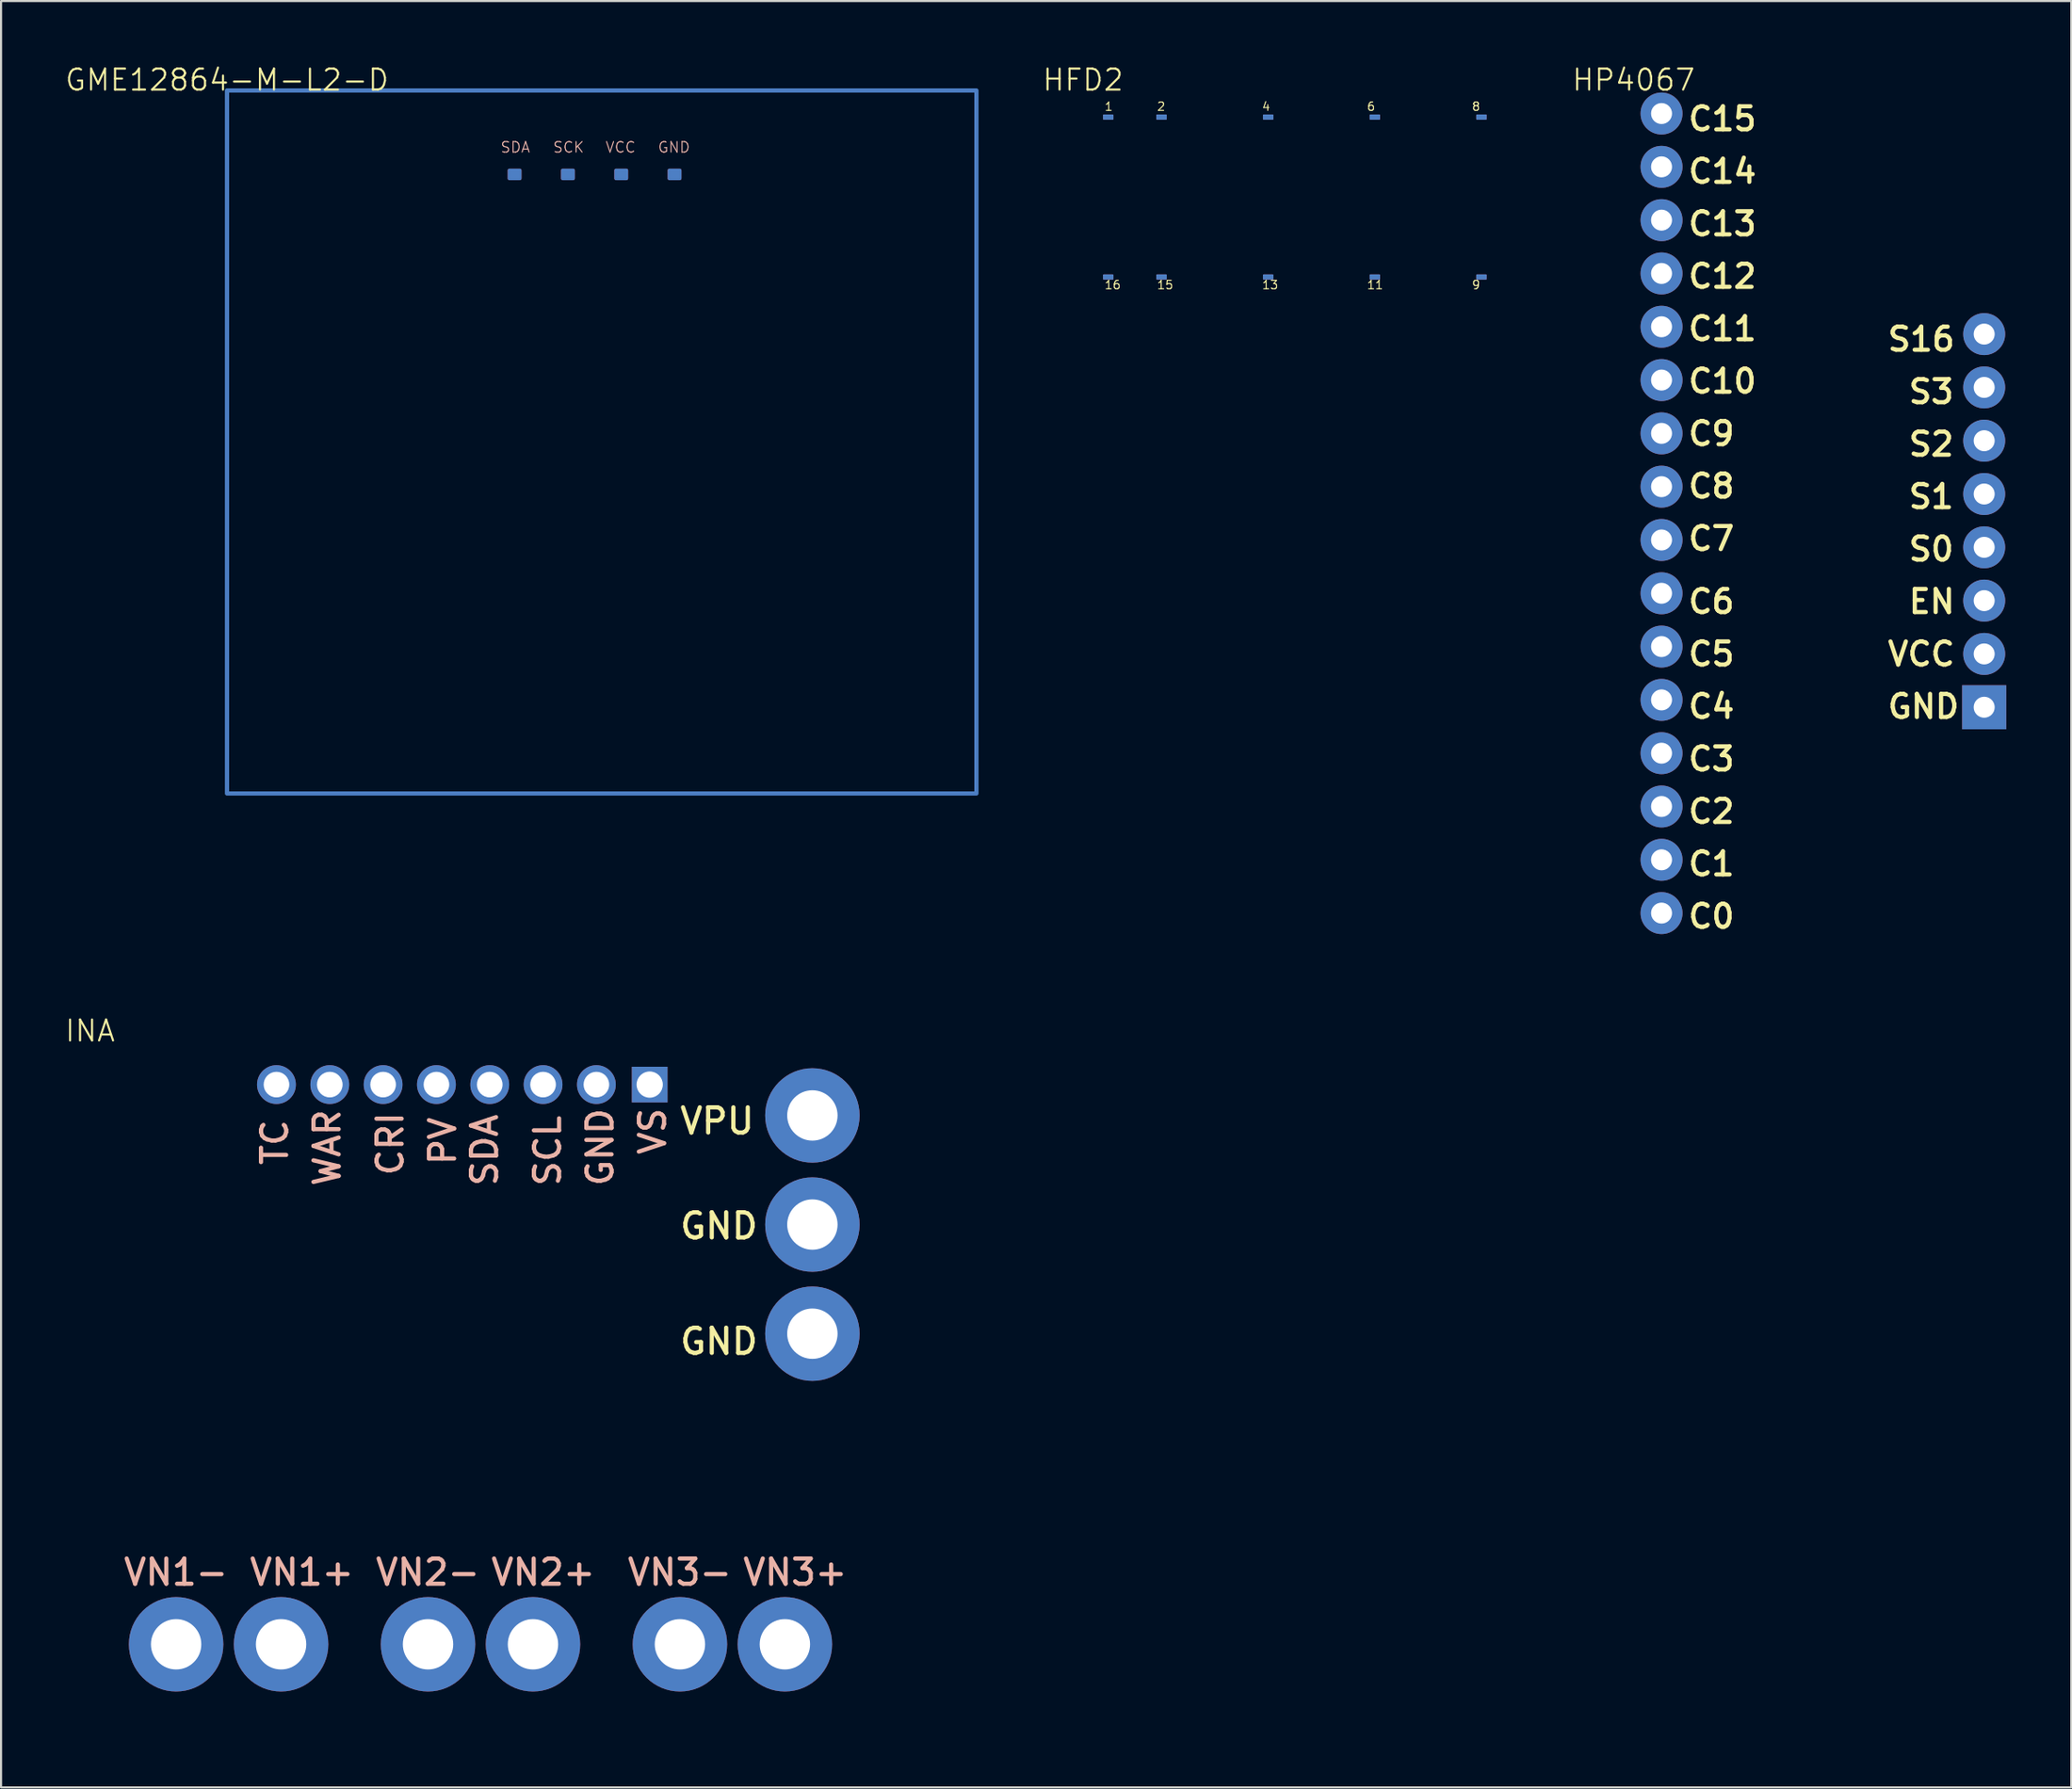
<source format=kicad_pcb>
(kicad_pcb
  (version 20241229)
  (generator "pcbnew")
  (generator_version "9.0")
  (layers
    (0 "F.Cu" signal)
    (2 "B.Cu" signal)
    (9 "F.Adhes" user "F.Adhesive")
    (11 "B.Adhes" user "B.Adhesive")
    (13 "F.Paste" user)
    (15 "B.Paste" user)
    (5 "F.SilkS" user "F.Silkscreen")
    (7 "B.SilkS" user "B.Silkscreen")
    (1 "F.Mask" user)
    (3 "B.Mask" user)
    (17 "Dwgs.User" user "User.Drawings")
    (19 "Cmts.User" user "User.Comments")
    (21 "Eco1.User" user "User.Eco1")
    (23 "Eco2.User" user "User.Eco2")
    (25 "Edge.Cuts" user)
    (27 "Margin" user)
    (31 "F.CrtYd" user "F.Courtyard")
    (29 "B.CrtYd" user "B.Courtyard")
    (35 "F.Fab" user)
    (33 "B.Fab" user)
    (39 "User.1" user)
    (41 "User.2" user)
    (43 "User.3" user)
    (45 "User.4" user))
  (footprint "HP4067"
    (layer "F.Cu")
    (at 74.771 1.26)
    (property "Reference" "HP4067" (at 0 -0.5 0) (unlocked yes) (layer "F.SilkS") (effects (font (size 1 1) (thickness 0.1))))
    (attr smd)
    (fp_rect (start 0 0) (end 17.8 41) (stroke (width 0.1) (type solid)) (fill no) (layer "Margin"))
    (fp_text user "C14" (at 2.5 4.5 0) (unlocked yes) (layer "F.SilkS") (effects (font (size 1.1 1.1) (thickness 0.2) (bold yes)) (justify left bottom)))
    (fp_text user "C10" (at 2.5 14.5 0) (unlocked yes) (layer "F.SilkS") (effects (font (size 1.1 1.1) (thickness 0.2) (bold yes)) (justify left bottom)))
    (fp_text user "S3" (at 13 15 0) (unlocked yes) (layer "F.SilkS") (effects (font (size 1.1 1.1) (thickness 0.2) (bold yes)) (justify left bottom)))
    (fp_text user "C0" (at 2.5 40 0) (unlocked yes) (layer "F.SilkS") (effects (font (size 1.1 1.1) (thickness 0.2) (bold yes)) (justify left bottom)))
    (fp_text user "S16" (at 12 12.5 0) (unlocked yes) (layer "F.SilkS") (effects (font (size 1.1 1.1) (thickness 0.2) (bold yes)) (justify left bottom)))
    (fp_text user "C15" (at 2.5 2 0) (unlocked yes) (layer "F.SilkS") (effects (font (size 1.1 1.1) (thickness 0.2) (bold yes)) (justify left bottom)))
    (fp_text user "C12" (at 2.5 9.5 0) (unlocked yes) (layer "F.SilkS") (effects (font (size 1.1 1.1) (thickness 0.2) (bold yes)) (justify left bottom)))
    (fp_text user "C11" (at 2.5 12 0) (unlocked yes) (layer "F.SilkS") (effects (font (size 1.1 1.1) (thickness 0.2) (bold yes)) (justify left bottom)))
    (fp_text user "C3" (at 2.5 32.5 0) (unlocked yes) (layer "F.SilkS") (effects (font (size 1.1 1.1) (thickness 0.2) (bold yes)) (justify left bottom)))
    (fp_text user "C5" (at 2.5 27.5 0) (unlocked yes) (layer "F.SilkS") (effects (font (size 1.1 1.1) (thickness 0.2) (bold yes)) (justify left bottom)))
    (fp_text user "C2" (at 2.5 35 0) (unlocked yes) (layer "F.SilkS") (effects (font (size 1.1 1.1) (thickness 0.2) (bold yes)) (justify left bottom)))
    (fp_text user "VCC" (at 12 27.5 0) (unlocked yes) (layer "F.SilkS") (effects (font (size 1.1 1.1) (thickness 0.2) (bold yes)) (justify left bottom)))
    (fp_text user "S2" (at 13 17.5 0) (unlocked yes) (layer "F.SilkS") (effects (font (size 1.1 1.1) (thickness 0.2) (bold yes)) (justify left bottom)))
    (fp_text user "GND" (at 12 30 0) (unlocked yes) (layer "F.SilkS") (effects (font (size 1.1 1.1) (thickness 0.2) (bold yes)) (justify left bottom)))
    (fp_text user "C7" (at 2.5 22 0) (unlocked yes) (layer "F.SilkS") (effects (font (size 1.1 1.1) (thickness 0.2) (bold yes)) (justify left bottom)))
    (fp_text user "C6" (at 2.5 25 0) (unlocked yes) (layer "F.SilkS") (effects (font (size 1.1 1.1) (thickness 0.2) (bold yes)) (justify left bottom)))
    (fp_text user "C4" (at 2.5 30 0) (unlocked yes) (layer "F.SilkS") (effects (font (size 1.1 1.1) (thickness 0.2) (bold yes)) (justify left bottom)))
    (fp_text user "C8" (at 2.5 19.5 0) (unlocked yes) (layer "F.SilkS") (effects (font (size 1.1 1.1) (thickness 0.2) (bold yes)) (justify left bottom)))
    (fp_text user "C1" (at 2.5 37.5 0) (unlocked yes) (layer "F.SilkS") (effects (font (size 1.1 1.1) (thickness 0.2) (bold yes)) (justify left bottom)))
    (fp_text user "C13" (at 2.5 7 0) (unlocked yes) (layer "F.SilkS") (effects (font (size 1.1 1.1) (thickness 0.2) (bold yes)) (justify left bottom)))
    (fp_text user "C9" (at 2.5 17 0) (unlocked yes) (layer "F.SilkS") (effects (font (size 1.1 1.1) (thickness 0.2) (bold yes)) (justify left bottom)))
    (fp_text user "EN" (at 13 25 0) (unlocked yes) (layer "F.SilkS") (effects (font (size 1.1 1.1) (thickness 0.2) (bold yes)) (justify left bottom)))
    (fp_text user "S0" (at 13 22.5 0) (unlocked yes) (layer "F.SilkS") (effects (font (size 1.1 1.1) (thickness 0.2) (bold yes)) (justify left bottom)))
    (fp_text user "S1" (at 13 20 0) (unlocked yes) (layer "F.SilkS") (effects (font (size 1.1 1.1) (thickness 0.2) (bold yes)) (justify left bottom)))
    (pad "1" thru_hole circle (at 1.33 1.1) (size 2 2) (drill 1) (layers "*.Cu" "*.Mask"))
    (pad "2" thru_hole circle (at 1.33 3.64) (size 2 2) (drill 1) (layers "*.Cu" "*.Mask"))
    (pad "3" thru_hole circle (at 1.33 6.18) (size 2 2) (drill 1) (layers "*.Cu" "*.Mask"))
    (pad "4" thru_hole circle (at 1.33 8.72) (size 2 2) (drill 1) (layers "*.Cu" "*.Mask"))
    (pad "5" thru_hole circle (at 1.33 11.26) (size 2 2) (drill 1) (layers "*.Cu" "*.Mask"))
    (pad "6" thru_hole circle (at 1.33 13.8) (size 2 2) (drill 1) (layers "*.Cu" "*.Mask"))
    (pad "7" thru_hole circle (at 1.33 16.34) (size 2 2) (drill 1) (layers "*.Cu" "*.Mask"))
    (pad "8" thru_hole circle (at 1.33 18.88) (size 2 2) (drill 1) (layers "*.Cu" "*.Mask"))
    (pad "9" thru_hole circle (at 1.33 21.42) (size 2 2) (drill 1) (layers "*.Cu" "*.Mask"))
    (pad "10" thru_hole circle (at 1.33 23.96) (size 2 2) (drill 1) (layers "*.Cu" "*.Mask"))
    (pad "11" thru_hole circle (at 1.33 26.5) (size 2 2) (drill 1) (layers "*.Cu" "*.Mask"))
    (pad "12" thru_hole circle (at 1.33 29.04) (size 2 2) (drill 1) (layers "*.Cu" "*.Mask"))
    (pad "13" thru_hole circle (at 1.33 31.58) (size 2 2) (drill 1) (layers "*.Cu" "*.Mask"))
    (pad "14" thru_hole circle (at 1.33 34.12) (size 2 2) (drill 1) (layers "*.Cu" "*.Mask"))
    (pad "15" thru_hole circle (at 1.33 36.66) (size 2 2) (drill 1) (layers "*.Cu" "*.Mask"))
    (pad "16" thru_hole circle (at 1.33 39.2) (size 2 2) (drill 1) (layers "*.Cu" "*.Mask"))
    (pad "17" thru_hole circle (at 16.7 11.61) (size 2 2) (drill 1) (layers "*.Cu" "*.Mask"))
    (pad "18" thru_hole circle (at 16.7 14.15) (size 2 2) (drill 1) (layers "*.Cu" "*.Mask"))
    (pad "19" thru_hole circle (at 16.7 16.69) (size 2 2) (drill 1) (layers "*.Cu" "*.Mask"))
    (pad "20" thru_hole circle (at 16.7 19.23) (size 2 2) (drill 1) (layers "*.Cu" "*.Mask"))
    (pad "21" thru_hole circle (at 16.7 21.77) (size 2 2) (drill 1) (layers "*.Cu" "*.Mask"))
    (pad "22" thru_hole circle (at 16.7 24.31) (size 2 2) (drill 1) (layers "*.Cu" "*.Mask"))
    (pad "23" thru_hole circle (at 16.7 26.85) (size 2 2) (drill 1) (layers "*.Cu" "*.Mask"))
    (pad "24" thru_hole rect (at 16.7 29.39) (size 2.1 2.1) (drill 1) (layers "*.Cu" "*.Mask")))
  (footprint "HFD2"
    (layer "F.Cu")
    (at 48.543 1.26)
    (property "Reference" "HFD2" (at 0 -0.5 0) (unlocked yes) (layer "F.SilkS") (effects (font (size 1 1) (thickness 0.1))))
    (attr smd)
    (fp_rect (start 0 0) (end 20.2 10.2) (stroke (width 0.1) (type solid)) (fill no) (layer "Margin"))
    (fp_text user "16" (at 1 9.5 0) (unlocked yes) (layer "F.SilkS") (effects (font (size 0.4 0.4) (thickness 0.05)) (justify left bottom)))
    (fp_text user "2" (at 3.5 1 0) (unlocked yes) (layer "F.SilkS") (effects (font (size 0.4 0.4) (thickness 0.05)) (justify left bottom)))
    (fp_text user "1" (at 1 1 0) (unlocked yes) (layer "F.SilkS") (effects (font (size 0.4 0.4) (thickness 0.05)) (justify left bottom)))
    (fp_text user "13" (at 8.5 9.5 0) (unlocked yes) (layer "F.SilkS") (effects (font (size 0.4 0.4) (thickness 0.05)) (justify left bottom)))
    (fp_text user "8" (at 18.5 1 0) (unlocked yes) (layer "F.SilkS") (effects (font (size 0.4 0.4) (thickness 0.05)) (justify left bottom)))
    (fp_text user "15" (at 3.5 9.5 0) (unlocked yes) (layer "F.SilkS") (effects (font (size 0.4 0.4) (thickness 0.05)) (justify left bottom)))
    (fp_text user "11" (at 13.5 9.5 0) (unlocked yes) (layer "F.SilkS") (effects (font (size 0.4 0.4) (thickness 0.05)) (justify left bottom)))
    (fp_text user "9" (at 18.5 9.5 0) (unlocked yes) (layer "F.SilkS") (effects (font (size 0.4 0.4) (thickness 0.05)) (justify left bottom)))
    (fp_text user "4" (at 8.5 1 0) (unlocked yes) (layer "F.SilkS") (effects (font (size 0.4 0.4) (thickness 0.05)) (justify left bottom)))
    (fp_text user "6" (at 13.5 1 0) (unlocked yes) (layer "F.SilkS") (effects (font (size 0.4 0.4) (thickness 0.05)) (justify left bottom)))
    (pad "1" thru_hole roundrect (at 1.2 1.27) (size 0.5 0.25) (drill 0.001) (layers "*.Cu" "*.Mask") (roundrect_rratio 0.15))
    (pad "2" thru_hole roundrect (at 3.74 1.27) (size 0.5 0.25) (drill 0.001) (layers "*.Cu" "*.Mask") (roundrect_rratio 0.15))
    (pad "3" thru_hole roundrect (at 8.82 1.27) (size 0.5 0.25) (drill 0.001) (layers "*.Cu" "*.Mask") (roundrect_rratio 0.15))
    (pad "4" thru_hole roundrect (at 13.9 1.27) (size 0.5 0.25) (drill 0.001) (layers "*.Cu" "*.Mask") (roundrect_rratio 0.15))
    (pad "5" thru_hole roundrect (at 18.98 1.27) (size 0.5 0.25) (drill 0.001) (layers "*.Cu" "*.Mask") (roundrect_rratio 0.15))
    (pad "6" thru_hole roundrect (at 1.2 8.89) (size 0.5 0.25) (drill 0.001) (layers "*.Cu" "*.Mask") (roundrect_rratio 0.15))
    (pad "7" thru_hole roundrect (at 3.74 8.89) (size 0.5 0.25) (drill 0.001) (layers "*.Cu" "*.Mask") (roundrect_rratio 0.15))
    (pad "8" thru_hole roundrect (at 8.82 8.89) (size 0.5 0.25) (drill 0.001) (layers "*.Cu" "*.Mask") (roundrect_rratio 0.15))
    (pad "9" thru_hole roundrect (at 13.9 8.89) (size 0.5 0.25) (drill 0.001) (layers "*.Cu" "*.Mask") (roundrect_rratio 0.15))
    (pad "10" thru_hole roundrect (at 18.98 8.89) (size 0.5 0.25) (drill 0.001) (layers "*.Cu" "*.Mask") (roundrect_rratio 0.15)))
  (footprint "GME12864-M-L2-D"
    (layer "F.Cu")
    (at 7.764 1.26)
    (property "Reference" "GME12864-M-L2-D" (at 0 -0.5 0) (unlocked yes) (layer "F.SilkS") (effects (font (size 1 1) (thickness 0.1))))
    (attr smd)
    (fp_rect (start 0 0) (end 35.7 33.5) (stroke (width 0.2) (type solid)) (fill no) (layer "B.Cu"))
    (fp_text user "GND" (at 20.5 3 0) (unlocked yes) (layer "B.SilkS") (effects (font (size 0.5 0.5) (thickness 0.05)) (justify left bottom)))
    (fp_text user "SDA" (at 13 3 0) (unlocked yes) (layer "B.SilkS") (effects (font (size 0.5 0.5) (thickness 0.05)) (justify left bottom)))
    (fp_text user "VCC" (at 18 3 0) (unlocked yes) (layer "B.SilkS") (effects (font (size 0.5 0.5) (thickness 0.05)) (justify left bottom)))
    (fp_text user "SCK" (at 15.5 3 0) (unlocked yes) (layer "B.SilkS") (effects (font (size 0.5 0.5) (thickness 0.05)) (justify left bottom)))
    (pad "1" thru_hole roundrect (at 13.7 4) (size 0.66 0.55) (drill 0.00001) (layers "*.Cu" "*.Mask") (roundrect_rratio 0.15))
    (pad "2" thru_hole roundrect (at 16.24 4) (size 0.66 0.55) (drill 0.00001) (layers "*.Cu" "*.Mask") (roundrect_rratio 0.15))
    (pad "3" thru_hole roundrect (at 18.78 4) (size 0.66 0.55) (drill 0.00001) (layers "*.Cu" "*.Mask") (roundrect_rratio 0.15))
    (pad "4" thru_hole roundrect (at 21.32 4) (size 0.66 0.55) (drill 0.00001) (layers "*.Cu" "*.Mask") (roundrect_rratio 0.15)))
  (footprint "INA"
    (layer "F.Cu")
    (at 1.24 46.571)
    (property "Reference" "INA" (at 0 -0.5 0) (unlocked yes) (layer "F.SilkS") (effects (font (size 1 1) (thickness 0.1))))
    (attr smd)
    (fp_rect (start 0 0) (end 38.5 32.5) (stroke (width 0.1) (type solid)) (fill no) (layer "Margin"))
    (fp_text user "GND" (at 28 15 0) (unlocked yes) (layer "F.SilkS") (effects (font (size 1.2 1.2) (thickness 0.2) (bold yes)) (justify left bottom)))
    (fp_text user "GND\n" (at 28 9.5 0) (unlocked yes) (layer "F.SilkS") (effects (font (size 1.2 1.2) (thickness 0.2) (bold yes)) (justify left bottom)))
    (fp_text user "VPU" (at 28 4.5 0) (unlocked yes) (layer "F.SilkS") (effects (font (size 1.2 1.2) (thickness 0.2) (bold yes)) (justify left bottom)))
    (fp_text user "SDA" (at 19.5 7 90) (unlocked yes) (layer "B.SilkS") (effects (font (size 1.2 1.2) (thickness 0.2) (bold yes)) (justify left bottom)))
    (fp_text user "GND" (at 25 7 90) (unlocked yes) (layer "B.SilkS") (effects (font (size 1.2 1.2) (thickness 0.2) (bold yes)) (justify left bottom)))
    (fp_text user "WAR" (at 12 7 90) (unlocked yes) (layer "B.SilkS") (effects (font (size 1.2 1.2) (thickness 0.2) (bold yes)) (justify left bottom)))
    (fp_text user "CRI" (at 15 6.5 90) (unlocked yes) (layer "B.SilkS") (effects (font (size 1.2 1.2) (thickness 0.2) (bold yes)) (justify left bottom)))
    (fp_text user "TC" (at 9.5 6 90) (unlocked yes) (layer "B.SilkS") (effects (font (size 1.2 1.2) (thickness 0.2) (bold yes)) (justify left bottom)))
    (fp_text user "VN2-" (at 13.5 26 0) (unlocked yes) (layer "B.SilkS") (effects (font (size 1.2 1.2) (thickness 0.2) (bold yes)) (justify left bottom)))
    (fp_text user "VN1-" (at 1.5 26 0) (unlocked yes) (layer "B.SilkS") (effects (font (size 1.2 1.2) (thickness 0.2) (bold yes)) (justify left bottom)))
    (fp_text user "VN1+" (at 7.5 26 0) (unlocked yes) (layer "B.SilkS") (effects (font (size 1.2 1.2) (thickness 0.2) (bold yes)) (justify left bottom)))
    (fp_text user "VN3-" (at 25.5 26 0) (unlocked yes) (layer "B.SilkS") (effects (font (size 1.2 1.2) (thickness 0.2) (bold yes)) (justify left bottom)))
    (fp_text user "VN3+" (at 31 26 0) (unlocked yes) (layer "B.SilkS") (effects (font (size 1.2 1.2) (thickness 0.2) (bold yes)) (justify left bottom)))
    (fp_text user "SCL" (at 22.5 7 90) (unlocked yes) (layer "B.SilkS") (effects (font (size 1.2 1.2) (thickness 0.2) (bold yes)) (justify left bottom)))
    (fp_text user "VN2+" (at 19 26 0) (unlocked yes) (layer "B.SilkS") (effects (font (size 1.2 1.2) (thickness 0.2) (bold yes)) (justify left bottom)))
    (fp_text user "VS" (at 27.5 5.5 90) (unlocked yes) (layer "B.SilkS") (effects (font (size 1.2 1.2) (thickness 0.2) (bold yes)) (justify left bottom)))
    (fp_text user "PV" (at 17.5 6 90) (unlocked yes) (layer "B.SilkS") (effects (font (size 1.2 1.2) (thickness 0.2) (bold yes)) (justify left bottom)))
    (pad "1" thru_hole circle (at 8.88 2.06) (size 1.85 1.85) (drill 1.22) (layers "*.Cu" "*.Mask"))
    (pad "2" thru_hole circle (at 11.42 2.06) (size 1.85 1.85) (drill 1.22) (layers "*.Cu" "*.Mask"))
    (pad "3" thru_hole circle (at 13.96 2.06) (size 1.85 1.85) (drill 1.22) (layers "*.Cu" "*.Mask"))
    (pad "4" thru_hole circle (at 16.5 2.06) (size 1.85 1.85) (drill 1.22) (layers "*.Cu" "*.Mask"))
    (pad "5" thru_hole circle (at 19.04 2.06) (size 1.85 1.85) (drill 1.22) (layers "*.Cu" "*.Mask"))
    (pad "6" thru_hole circle (at 21.58 2.06) (size 1.85 1.85) (drill 1.22) (layers "*.Cu" "*.Mask"))
    (pad "7" thru_hole circle (at 24.12 2.06) (size 1.85 1.85) (drill 1.22) (layers "*.Cu" "*.Mask"))
    (pad "8" thru_hole rect (at 26.66 2.06) (size 1.7 1.7) (drill 1.25) (layers "*.Cu" "*.Mask"))
    (pad "9" thru_hole circle (at 34.41 3.53) (size 4.5 4.5) (drill 2.4) (layers "*.Cu" "*.Mask"))
    (pad "10" thru_hole circle (at 34.41 8.73) (size 4.5 4.5) (drill 2.4) (layers "*.Cu" "*.Mask"))
    (pad "11" thru_hole circle (at 34.41 13.93) (size 4.5 4.5) (drill 2.4) (layers "*.Cu" "*.Mask"))
    (pad "12" thru_hole circle (at 33.1 28.73) (size 4.5 4.5) (drill 2.4) (layers "*.Cu" "*.Mask"))
    (pad "13" thru_hole circle (at 28.1 28.73) (size 4.5 4.5) (drill 2.4) (layers "*.Cu" "*.Mask"))
    (pad "14" thru_hole circle (at 21.1 28.73) (size 4.5 4.5) (drill 2.4) (layers "*.Cu" "*.Mask"))
    (pad "15" thru_hole circle (at 16.1 28.73) (size 4.5 4.5) (drill 2.4) (layers "*.Cu" "*.Mask"))
    (pad "16" thru_hole circle (at 9.1 28.73) (size 4.5 4.5) (drill 2.4) (layers "*.Cu" "*.Mask"))
    (pad "17" thru_hole circle (at 4.1 28.73) (size 4.5 4.5) (drill 2.4) (layers "*.Cu" "*.Mask")))
  (gr_rect
    (start -3 -3)
    (end 95.621 82.121)
    (stroke (width 0.1) (type default))
    (fill no)
    (layer "Edge.Cuts")))
</source>
